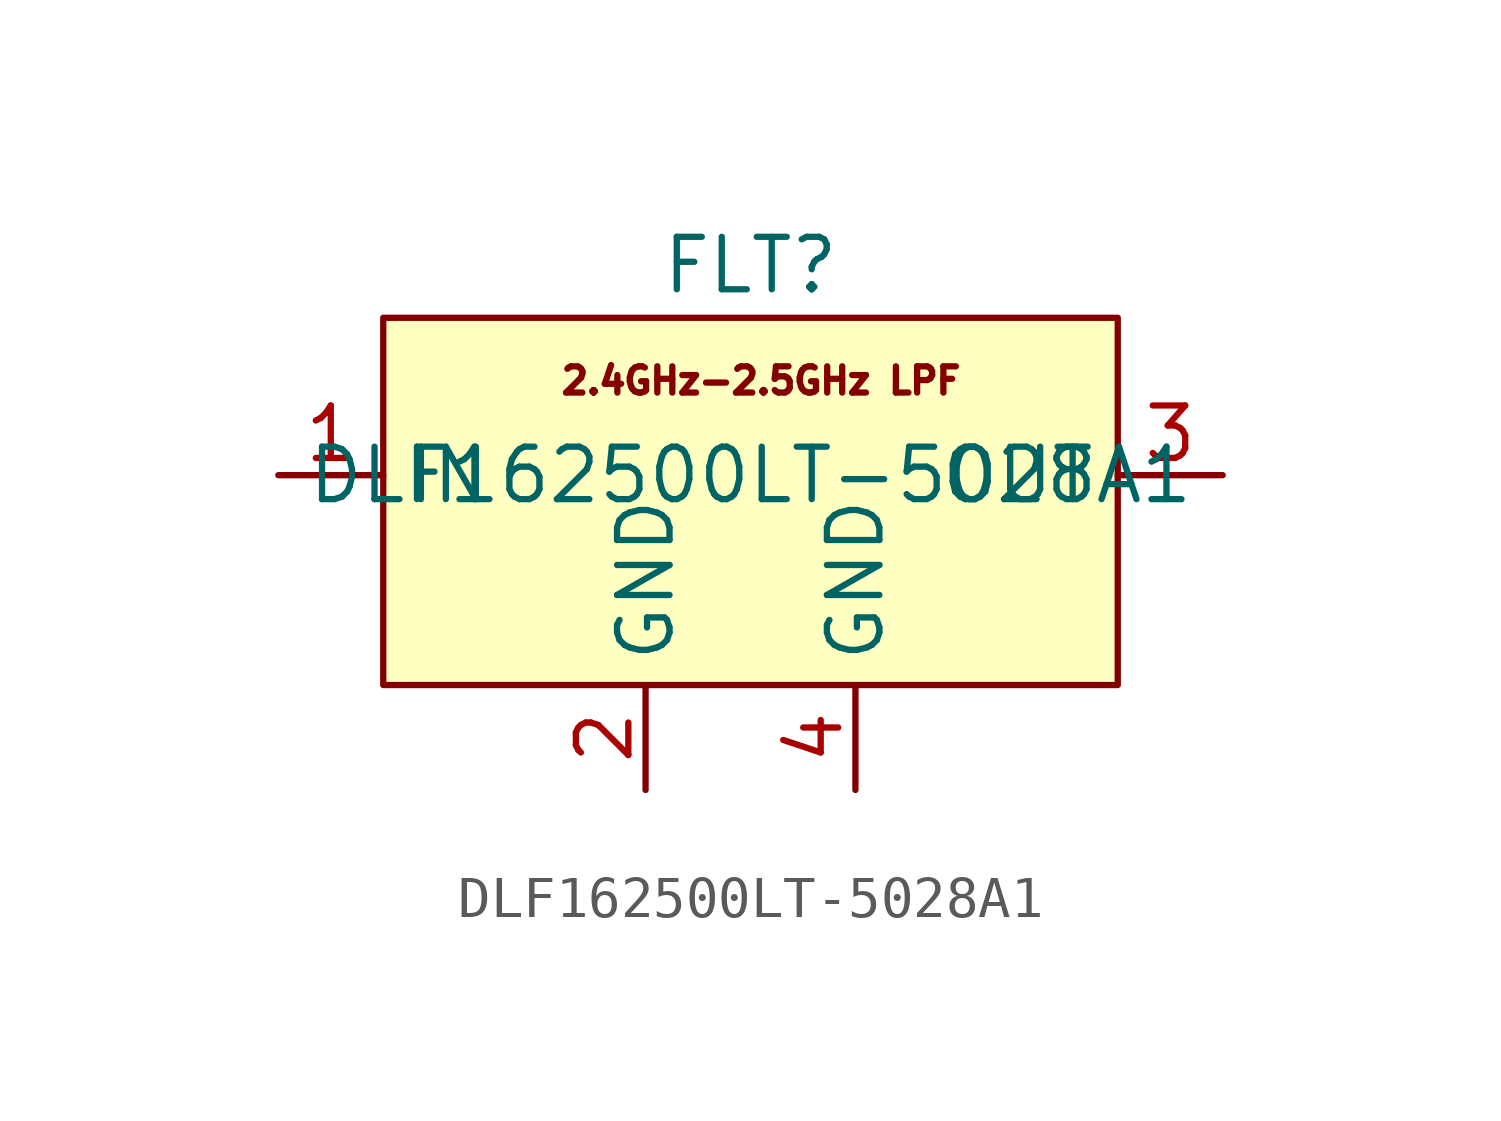
<source format=kicad_sym>
(kicad_symbol_lib
  (version 20241209)
  (generator "kicad_symbol_editor")
  (generator_version "9.0")
  (symbol "DLF162500LT-5028A1"
    (property "Reference" "FLT"
      (at 0 5.08 0)
      (effects (font (size 1.27 1.27))))
    (property "Value" "DLF162500LT-5028A1"
      (at 0 0 0)
      (effects (font (size 1.27 1.27))))
    (symbol "DLF162500LT-5028A1_1_0"
      (pin passive line (at -11.43 0 0) (length 2.54) (name "IN" (effects (font (size 1.27 1.27)))) (number "1" (effects (font (size 1.27 1.27)))))
      (pin passive line (at -2.54 -7.62 90) (length 2.54) (name "GND" (effects (font (size 1.27 1.27)))) (number "2" (effects (font (size 1.27 1.27)))))
      (pin passive line (at 2.54 -7.62 90) (length 2.54) (name "GND" (effects (font (size 1.27 1.27)))) (number "4" (effects (font (size 1.27 1.27)))))
      (pin passive line (at 11.43 0 180) (length 2.54) (name "OUT" (effects (font (size 1.27 1.27)))) (number "3" (effects (font (size 1.27 1.27))))))
    (symbol "DLF162500LT-5028A1_1_1"
      (rectangle (start -8.89 3.81) (end 8.89 -5.08) (stroke (width 0) (type solid)) (fill (type background)))
      (text "2.4GHz-2.5GHz LPF" (at 0.254 2.286 0) (effects (font (size 0.635 0.635)))))))
</source>
